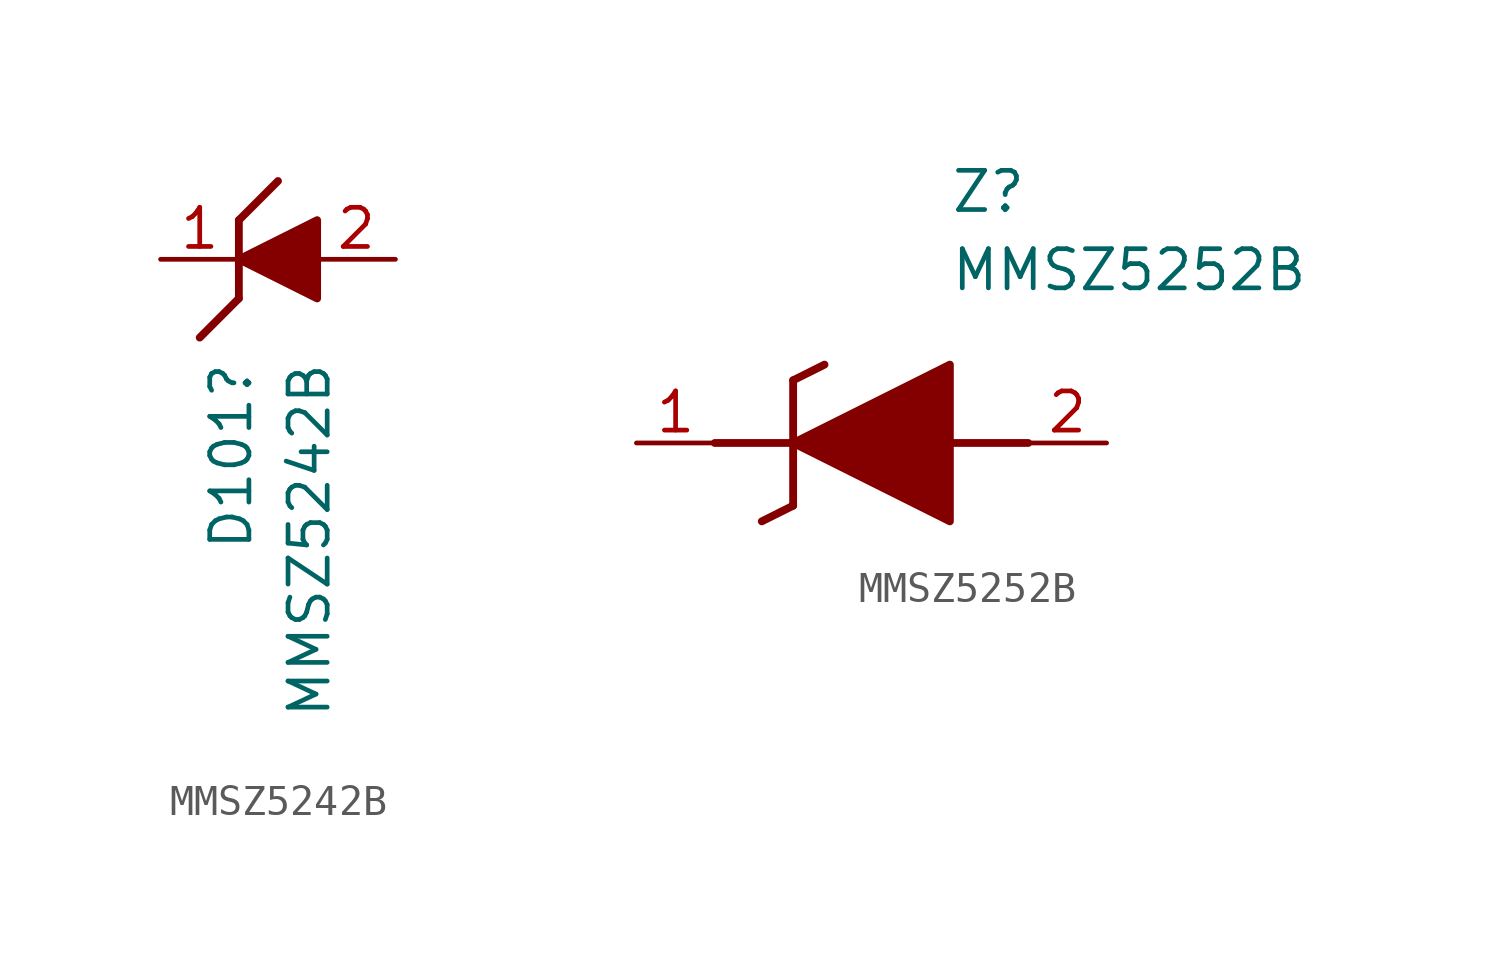
<source format=kicad_sym>
(kicad_symbol_lib
  (version 20241209)
  (generator "kicad_symbol_editor")
  (generator_version "9.0")
  (symbol "MMSZ5242B"
    (pin_names
      (hide yes))
    (property "Reference" "D101"
      (at 2.286 -3.302 90)
      (effects (font (size 1.27 1.27)) (justify right)))
    (property "Value" "MMSZ5242B"
      (at 4.826 -3.302 90)
      (effects (font (size 1.27 1.27)) (justify right)))
    (symbol "MMSZ5242B_1_1"
      (polyline (pts (xy 1.27 -2.54) (xy 2.54 -1.27)) (stroke (width 0.254) (type default)) (fill (type none)))
      (polyline (pts (xy 2.54 1.27) (xy 2.54 -1.27)) (stroke (width 0.254) (type default)) (fill (type none)))
      (polyline (pts (xy 2.54 1.27) (xy 3.81 2.54)) (stroke (width 0.254) (type default)) (fill (type none)))
      (polyline (pts (xy 2.54 0) (xy 5.08 1.27) (xy 5.08 -1.27) (xy 2.54 0)) (stroke (width 0.254) (type default)) (fill (type outline)))
      (pin passive line (at 0 0 0) (length 2.54) (name "K" (effects (font (size 1.27 1.27)))) (number "1" (effects (font (size 1.27 1.27)))))
      (pin passive line (at 7.62 0 180) (length 2.54) (name "A" (effects (font (size 1.27 1.27)))) (number "2" (effects (font (size 1.27 1.27)))))))
  (symbol "MMSZ5252B"
    (pin_names
      (hide yes))
    (property "Reference" "Z"
      (at 10.16 8.89 0)
      (effects (font (size 1.27 1.27)) (justify left top)))
    (property "Value" "MMSZ5252B"
      (at 10.16 6.35 0)
      (effects (font (size 1.27 1.27)) (justify left top)))
    (symbol "MMSZ5252B_1_1"
      (polyline (pts (xy 2.54 0) (xy 5.08 0)) (stroke (width 0.254) (type default)) (fill (type none)))
      (polyline (pts (xy 4.064 -2.54) (xy 5.08 -2.032)) (stroke (width 0.254) (type default)) (fill (type none)))
      (polyline (pts (xy 5.08 2.032) (xy 5.08 -2.032)) (stroke (width 0.254) (type default)) (fill (type none)))
      (polyline (pts (xy 5.08 2.032) (xy 6.096 2.54)) (stroke (width 0.254) (type default)) (fill (type none)))
      (polyline (pts (xy 5.08 0) (xy 10.16 2.54) (xy 10.16 -2.54) (xy 5.08 0)) (stroke (width 0.254) (type default)) (fill (type outline)))
      (polyline (pts (xy 12.7 0) (xy 10.16 0)) (stroke (width 0.254) (type default)) (fill (type none)))
      (pin passive line (at 0 0 0) (length 2.54) (name "K" (effects (font (size 1.27 1.27)))) (number "1" (effects (font (size 1.27 1.27)))))
      (pin passive line (at 15.24 0 180) (length 2.54) (name "A" (effects (font (size 1.27 1.27)))) (number "2" (effects (font (size 1.27 1.27))))))))
</source>
